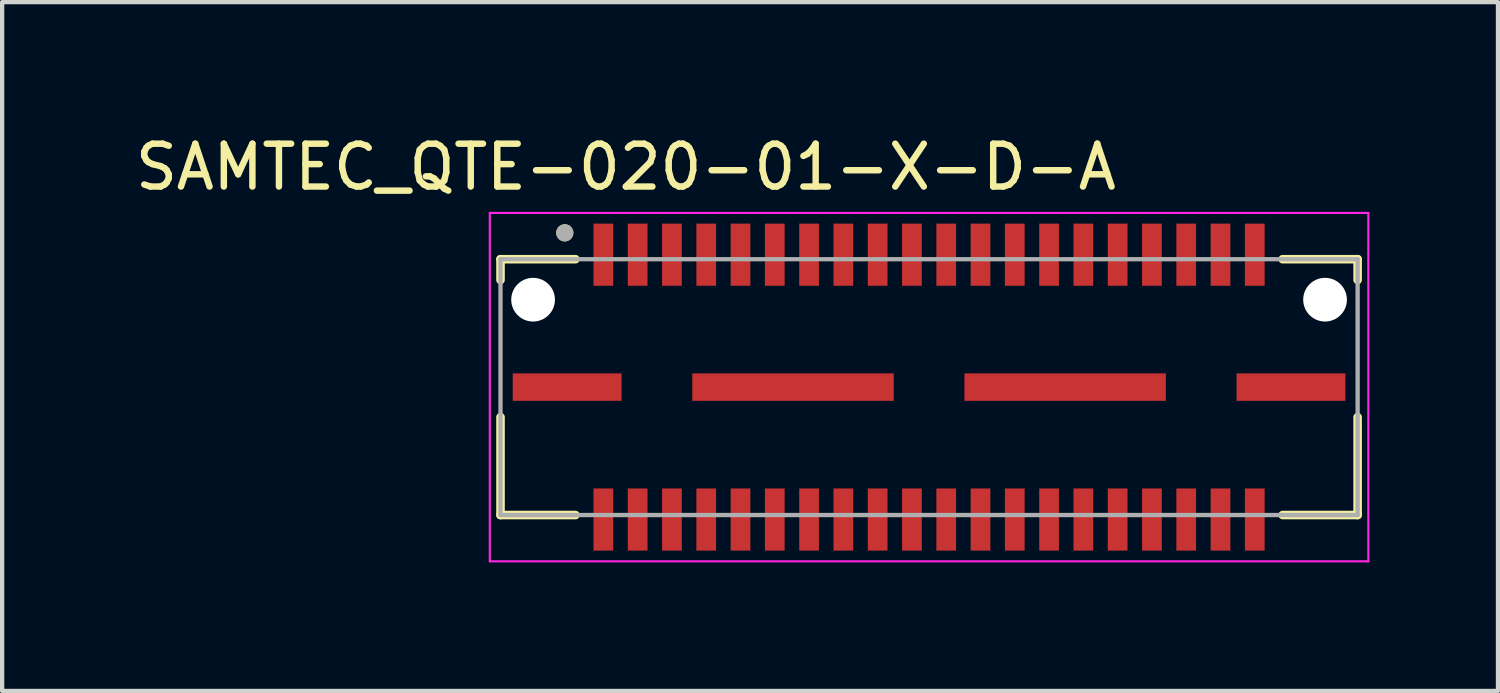
<source format=kicad_pcb>
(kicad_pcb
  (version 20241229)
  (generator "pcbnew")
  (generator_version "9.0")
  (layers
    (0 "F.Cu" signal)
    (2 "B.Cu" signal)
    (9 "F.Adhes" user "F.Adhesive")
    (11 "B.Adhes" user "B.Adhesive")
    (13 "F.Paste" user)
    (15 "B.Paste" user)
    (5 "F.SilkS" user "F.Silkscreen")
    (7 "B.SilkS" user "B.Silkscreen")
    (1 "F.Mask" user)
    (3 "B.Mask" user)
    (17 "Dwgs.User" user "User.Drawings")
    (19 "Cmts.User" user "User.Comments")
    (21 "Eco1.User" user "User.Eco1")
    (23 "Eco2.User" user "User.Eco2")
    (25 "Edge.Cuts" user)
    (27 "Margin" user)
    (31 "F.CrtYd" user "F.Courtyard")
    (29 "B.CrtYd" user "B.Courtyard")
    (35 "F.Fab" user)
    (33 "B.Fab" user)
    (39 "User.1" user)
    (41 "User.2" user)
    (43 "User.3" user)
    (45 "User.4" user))
  (footprint "SAMTEC_QTE-020-01-X-D-A"
    (layer "F.Cu")
    (at 18.629 5.983)
    (property "Reference" "SAMTEC_QTE-020-01-X-D-A" (at -7.075 -5.135 0) (layer "F.SilkS") (effects (font (size 1 1) (thickness 0.15))))
    (attr smd)
    (fp_line (start -10 -2.985) (end -10 -2.5) (stroke (width 0.2) (type solid)) (layer "F.SilkS"))
    (fp_line (start -10 0.7) (end -10 2.985) (stroke (width 0.2) (type solid)) (layer "F.SilkS"))
    (fp_line (start -10 2.985) (end -8.25 2.985) (stroke (width 0.2) (type solid)) (layer "F.SilkS"))
    (fp_line (start -8.25 -2.985) (end -10 -2.985) (stroke (width 0.2) (type solid)) (layer "F.SilkS"))
    (fp_line (start 8.25 -2.985) (end 10 -2.985) (stroke (width 0.2) (type solid)) (layer "F.SilkS"))
    (fp_line (start 8.25 2.985) (end 10 2.985) (stroke (width 0.2) (type solid)) (layer "F.SilkS"))
    (fp_line (start 10 -2.985) (end 10 -2.5) (stroke (width 0.2) (type solid)) (layer "F.SilkS"))
    (fp_line (start 10 2.985) (end 10 0.7) (stroke (width 0.2) (type solid)) (layer "F.SilkS"))
    (fp_circle (center -8.5 -3.6) (end -8.4 -3.6) (stroke (width 0.2) (type solid)) (fill no) (layer "F.SilkS"))
    (fp_line (start -10.25 -4.065) (end -10.25 4.065) (stroke (width 0.05) (type solid)) (layer "F.CrtYd"))
    (fp_line (start -10.25 4.065) (end 10.25 4.065) (stroke (width 0.05) (type solid)) (layer "F.CrtYd"))
    (fp_line (start 10.25 -4.065) (end -10.25 -4.065) (stroke (width 0.05) (type solid)) (layer "F.CrtYd"))
    (fp_line (start 10.25 4.065) (end 10.25 -4.065) (stroke (width 0.05) (type solid)) (layer "F.CrtYd"))
    (fp_line (start -10 -2.985) (end 10 -2.985) (stroke (width 0.1) (type solid)) (layer "F.Fab"))
    (fp_line (start -10 2.985) (end -10 -2.985) (stroke (width 0.1) (type solid)) (layer "F.Fab"))
    (fp_line (start 10 -2.985) (end 10 2.985) (stroke (width 0.1) (type solid)) (layer "F.Fab"))
    (fp_line (start 10 2.985) (end -10 2.985) (stroke (width 0.1) (type solid)) (layer "F.Fab"))
    (fp_circle (center -8.5 -3.6) (end -8.4 -3.6) (stroke (width 0.2) (type solid)) (fill no) (layer "F.Fab"))
    (pad "" np_thru_hole circle (at -9.24 -2.04) (size 1.02 1.02) (drill 1.02) (layers "*.Cu" "*.Mask"))
    (pad "" np_thru_hole circle (at 9.24 -2.04) (size 1.02 1.02) (drill 1.02) (layers "*.Cu" "*.Mask"))
    (pad "01" smd rect (at -7.6 -3.09) (size 0.46 1.45) (layers "F.Cu" "F.Mask" "F.Paste"))
    (pad "02" smd rect (at -7.6 3.09) (size 0.46 1.45) (layers "F.Cu" "F.Mask" "F.Paste"))
    (pad "03" smd rect (at -6.8 -3.09) (size 0.46 1.45) (layers "F.Cu" "F.Mask" "F.Paste"))
    (pad "04" smd rect (at -6.8 3.09) (size 0.46 1.45) (layers "F.Cu" "F.Mask" "F.Paste"))
    (pad "05" smd rect (at -6 -3.09) (size 0.46 1.45) (layers "F.Cu" "F.Mask" "F.Paste"))
    (pad "06" smd rect (at -6 3.09) (size 0.46 1.45) (layers "F.Cu" "F.Mask" "F.Paste"))
    (pad "07" smd rect (at -5.2 -3.09) (size 0.46 1.45) (layers "F.Cu" "F.Mask" "F.Paste"))
    (pad "08" smd rect (at -5.2 3.09) (size 0.46 1.45) (layers "F.Cu" "F.Mask" "F.Paste"))
    (pad "09" smd rect (at -4.4 -3.09) (size 0.46 1.45) (layers "F.Cu" "F.Mask" "F.Paste"))
    (pad "10" smd rect (at -4.4 3.09) (size 0.46 1.45) (layers "F.Cu" "F.Mask" "F.Paste"))
    (pad "11" smd rect (at -3.6 -3.09) (size 0.46 1.45) (layers "F.Cu" "F.Mask" "F.Paste"))
    (pad "12" smd rect (at -3.6 3.09) (size 0.46 1.45) (layers "F.Cu" "F.Mask" "F.Paste"))
    (pad "13" smd rect (at -2.8 -3.09) (size 0.46 1.45) (layers "F.Cu" "F.Mask" "F.Paste"))
    (pad "14" smd rect (at -2.8 3.09) (size 0.46 1.45) (layers "F.Cu" "F.Mask" "F.Paste"))
    (pad "15" smd rect (at -2 -3.09) (size 0.46 1.45) (layers "F.Cu" "F.Mask" "F.Paste"))
    (pad "16" smd rect (at -2 3.09) (size 0.46 1.45) (layers "F.Cu" "F.Mask" "F.Paste"))
    (pad "17" smd rect (at -1.2 -3.09) (size 0.46 1.45) (layers "F.Cu" "F.Mask" "F.Paste"))
    (pad "18" smd rect (at -1.2 3.09) (size 0.46 1.45) (layers "F.Cu" "F.Mask" "F.Paste"))
    (pad "19" smd rect (at -0.4 -3.09) (size 0.46 1.45) (layers "F.Cu" "F.Mask" "F.Paste"))
    (pad "20" smd rect (at -0.4 3.09) (size 0.46 1.45) (layers "F.Cu" "F.Mask" "F.Paste"))
    (pad "21" smd rect (at 0.4 -3.09) (size 0.46 1.45) (layers "F.Cu" "F.Mask" "F.Paste"))
    (pad "22" smd rect (at 0.4 3.09) (size 0.46 1.45) (layers "F.Cu" "F.Mask" "F.Paste"))
    (pad "23" smd rect (at 1.2 -3.09) (size 0.46 1.45) (layers "F.Cu" "F.Mask" "F.Paste"))
    (pad "24" smd rect (at 1.2 3.09) (size 0.46 1.45) (layers "F.Cu" "F.Mask" "F.Paste"))
    (pad "25" smd rect (at 2 -3.09) (size 0.46 1.45) (layers "F.Cu" "F.Mask" "F.Paste"))
    (pad "26" smd rect (at 2 3.09) (size 0.46 1.45) (layers "F.Cu" "F.Mask" "F.Paste"))
    (pad "27" smd rect (at 2.8 -3.09) (size 0.46 1.45) (layers "F.Cu" "F.Mask" "F.Paste"))
    (pad "28" smd rect (at 2.8 3.09) (size 0.46 1.45) (layers "F.Cu" "F.Mask" "F.Paste"))
    (pad "29" smd rect (at 3.6 -3.09) (size 0.46 1.45) (layers "F.Cu" "F.Mask" "F.Paste"))
    (pad "30" smd rect (at 3.6 3.09) (size 0.46 1.45) (layers "F.Cu" "F.Mask" "F.Paste"))
    (pad "31" smd rect (at 4.4 -3.09) (size 0.46 1.45) (layers "F.Cu" "F.Mask" "F.Paste"))
    (pad "32" smd rect (at 4.4 3.09) (size 0.46 1.45) (layers "F.Cu" "F.Mask" "F.Paste"))
    (pad "33" smd rect (at 5.2 -3.09) (size 0.46 1.45) (layers "F.Cu" "F.Mask" "F.Paste"))
    (pad "34" smd rect (at 5.2 3.09) (size 0.46 1.45) (layers "F.Cu" "F.Mask" "F.Paste"))
    (pad "35" smd rect (at 6 -3.09) (size 0.46 1.45) (layers "F.Cu" "F.Mask" "F.Paste"))
    (pad "36" smd rect (at 6 3.09) (size 0.46 1.45) (layers "F.Cu" "F.Mask" "F.Paste"))
    (pad "37" smd rect (at 6.8 -3.09) (size 0.46 1.45) (layers "F.Cu" "F.Mask" "F.Paste"))
    (pad "38" smd rect (at 6.8 3.09) (size 0.46 1.45) (layers "F.Cu" "F.Mask" "F.Paste"))
    (pad "39" smd rect (at 7.6 -3.09) (size 0.46 1.45) (layers "F.Cu" "F.Mask" "F.Paste"))
    (pad "40" smd rect (at 7.6 3.09) (size 0.46 1.45) (layers "F.Cu" "F.Mask" "F.Paste"))
    (pad "G1" smd rect (at -8.445 0) (size 2.54 0.64) (layers "F.Cu" "F.Mask" "F.Paste"))
    (pad "G2" smd rect (at -3.175 0) (size 4.7 0.64) (layers "F.Cu" "F.Mask" "F.Paste"))
    (pad "G3" smd rect (at 3.175 0) (size 4.7 0.64) (layers "F.Cu" "F.Mask" "F.Paste"))
    (pad "G4" smd rect (at 8.445 0) (size 2.54 0.64) (layers "F.Cu" "F.Mask" "F.Paste")))
  (gr_rect
    (start -3 -3)
    (end 31.904 13.073)
    (stroke (width 0.1) (type default))
    (fill no)
    (layer "Edge.Cuts")))
</source>
